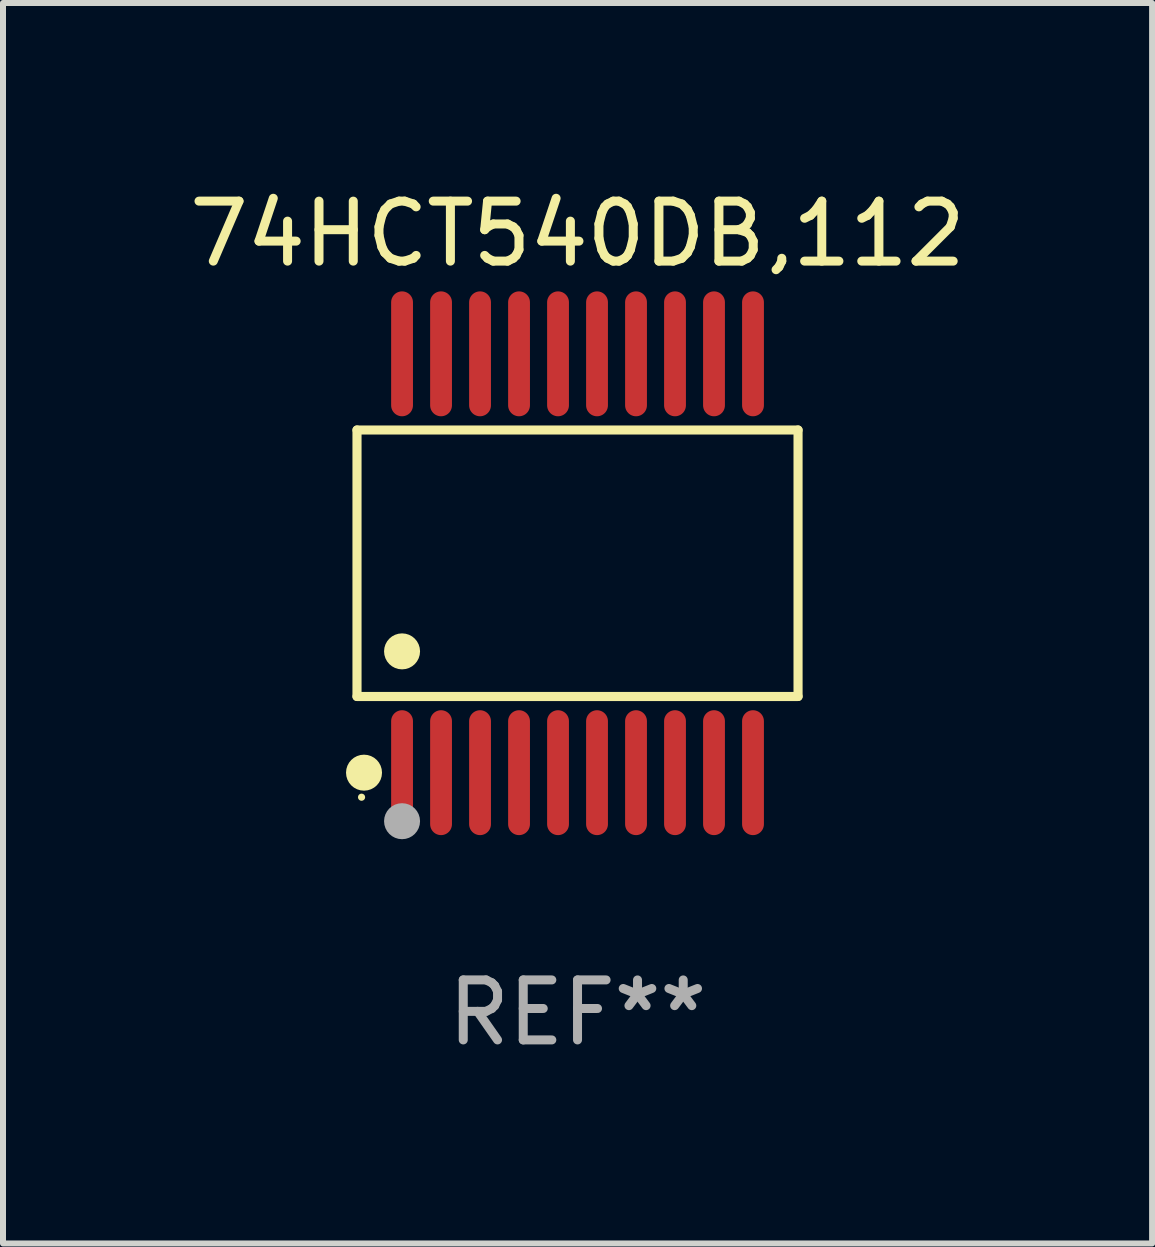
<source format=kicad_pcb>
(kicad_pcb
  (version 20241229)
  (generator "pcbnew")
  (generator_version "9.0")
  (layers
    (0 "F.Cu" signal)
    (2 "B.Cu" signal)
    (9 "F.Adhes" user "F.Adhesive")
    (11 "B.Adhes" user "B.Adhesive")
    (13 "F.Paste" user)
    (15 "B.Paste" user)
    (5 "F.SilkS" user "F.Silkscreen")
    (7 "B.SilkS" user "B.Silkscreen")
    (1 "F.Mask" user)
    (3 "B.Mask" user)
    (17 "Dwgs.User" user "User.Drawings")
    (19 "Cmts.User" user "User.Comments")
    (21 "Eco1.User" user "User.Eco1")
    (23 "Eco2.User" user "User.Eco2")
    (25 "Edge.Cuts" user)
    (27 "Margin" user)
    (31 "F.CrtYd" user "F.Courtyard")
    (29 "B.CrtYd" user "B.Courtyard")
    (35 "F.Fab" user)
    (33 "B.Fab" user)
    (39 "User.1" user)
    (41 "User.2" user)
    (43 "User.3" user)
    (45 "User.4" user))
  (footprint "74HCT540DB,112"
    (layer "F.Cu")
    (at 6.577 6.339)
    (property "Reference" "74HCT540DB,112" (at 0 -5.491 0) (layer "F.SilkS") (effects (font (size 1 1) (thickness 0.15))))
    (attr through_hole)
    (fp_line (start -3.676 -2.221) (end 3.676 -2.221) (stroke (width 0.152) (type solid)) (layer "F.SilkS"))
    (fp_line (start -3.676 2.221) (end -3.676 -2.221) (stroke (width 0.152) (type solid)) (layer "F.SilkS"))
    (fp_line (start 3.676 -2.221) (end 3.676 2.221) (stroke (width 0.152) (type solid)) (layer "F.SilkS"))
    (fp_line (start 3.676 2.221) (end -3.676 2.221) (stroke (width 0.152) (type solid)) (layer "F.SilkS"))
    (fp_circle (center -3.6 3.9) (end -3.57 3.9) (stroke (width 0.06) (type solid)) (fill no) (layer "F.SilkS"))
    (fp_circle (center -3.559 3.491) (end -3.409 3.491) (stroke (width 0.3) (type solid)) (fill no) (layer "F.SilkS"))
    (fp_circle (center -2.925 1.469) (end -2.775 1.469) (stroke (width 0.3) (type solid)) (fill no) (layer "F.SilkS"))
    (fp_circle (center -2.925 4.3) (end -2.775 4.3) (stroke (width 0.3) (type solid)) (fill no) (layer "F.Fab"))
    (fp_text user "REF**" (at 0 7.491 0) (layer "F.Fab") (effects (font (size 1 1) (thickness 0.15))))
    (pad "1" smd oval (at -2.925 3.491) (size 0.364 2.082) (layers "F.Cu" "F.Mask" "F.Paste"))
    (pad "2" smd oval (at -2.275 3.491) (size 0.364 2.082) (layers "F.Cu" "F.Mask" "F.Paste"))
    (pad "3" smd oval (at -1.625 3.491) (size 0.364 2.082) (layers "F.Cu" "F.Mask" "F.Paste"))
    (pad "4" smd oval (at -0.975 3.491) (size 0.364 2.082) (layers "F.Cu" "F.Mask" "F.Paste"))
    (pad "5" smd oval (at -0.325 3.491) (size 0.364 2.082) (layers "F.Cu" "F.Mask" "F.Paste"))
    (pad "6" smd oval (at 0.325 3.491) (size 0.364 2.082) (layers "F.Cu" "F.Mask" "F.Paste"))
    (pad "7" smd oval (at 0.975 3.491) (size 0.364 2.082) (layers "F.Cu" "F.Mask" "F.Paste"))
    (pad "8" smd oval (at 1.625 3.491) (size 0.364 2.082) (layers "F.Cu" "F.Mask" "F.Paste"))
    (pad "9" smd oval (at 2.275 3.491) (size 0.364 2.082) (layers "F.Cu" "F.Mask" "F.Paste"))
    (pad "10" smd oval (at 2.925 3.491) (size 0.364 2.082) (layers "F.Cu" "F.Mask" "F.Paste"))
    (pad "11" smd oval (at 2.925 -3.491) (size 0.364 2.082) (layers "F.Cu" "F.Mask" "F.Paste"))
    (pad "12" smd oval (at 2.275 -3.491) (size 0.364 2.082) (layers "F.Cu" "F.Mask" "F.Paste"))
    (pad "13" smd oval (at 1.625 -3.491) (size 0.364 2.082) (layers "F.Cu" "F.Mask" "F.Paste"))
    (pad "14" smd oval (at 0.975 -3.491) (size 0.364 2.082) (layers "F.Cu" "F.Mask" "F.Paste"))
    (pad "15" smd oval (at 0.325 -3.491) (size 0.364 2.082) (layers "F.Cu" "F.Mask" "F.Paste"))
    (pad "16" smd oval (at -0.325 -3.491) (size 0.364 2.082) (layers "F.Cu" "F.Mask" "F.Paste"))
    (pad "17" smd oval (at -0.975 -3.491) (size 0.364 2.082) (layers "F.Cu" "F.Mask" "F.Paste"))
    (pad "18" smd oval (at -1.625 -3.491) (size 0.364 2.082) (layers "F.Cu" "F.Mask" "F.Paste"))
    (pad "19" smd oval (at -2.275 -3.491) (size 0.364 2.082) (layers "F.Cu" "F.Mask" "F.Paste"))
    (pad "20" smd oval (at -2.925 -3.491) (size 0.364 2.082) (layers "F.Cu" "F.Mask" "F.Paste")))
  (gr_rect
    (start -3 -3)
    (end 16.155 17.678)
    (stroke (width 0.1) (type default))
    (fill no)
    (layer "Edge.Cuts")))
</source>
